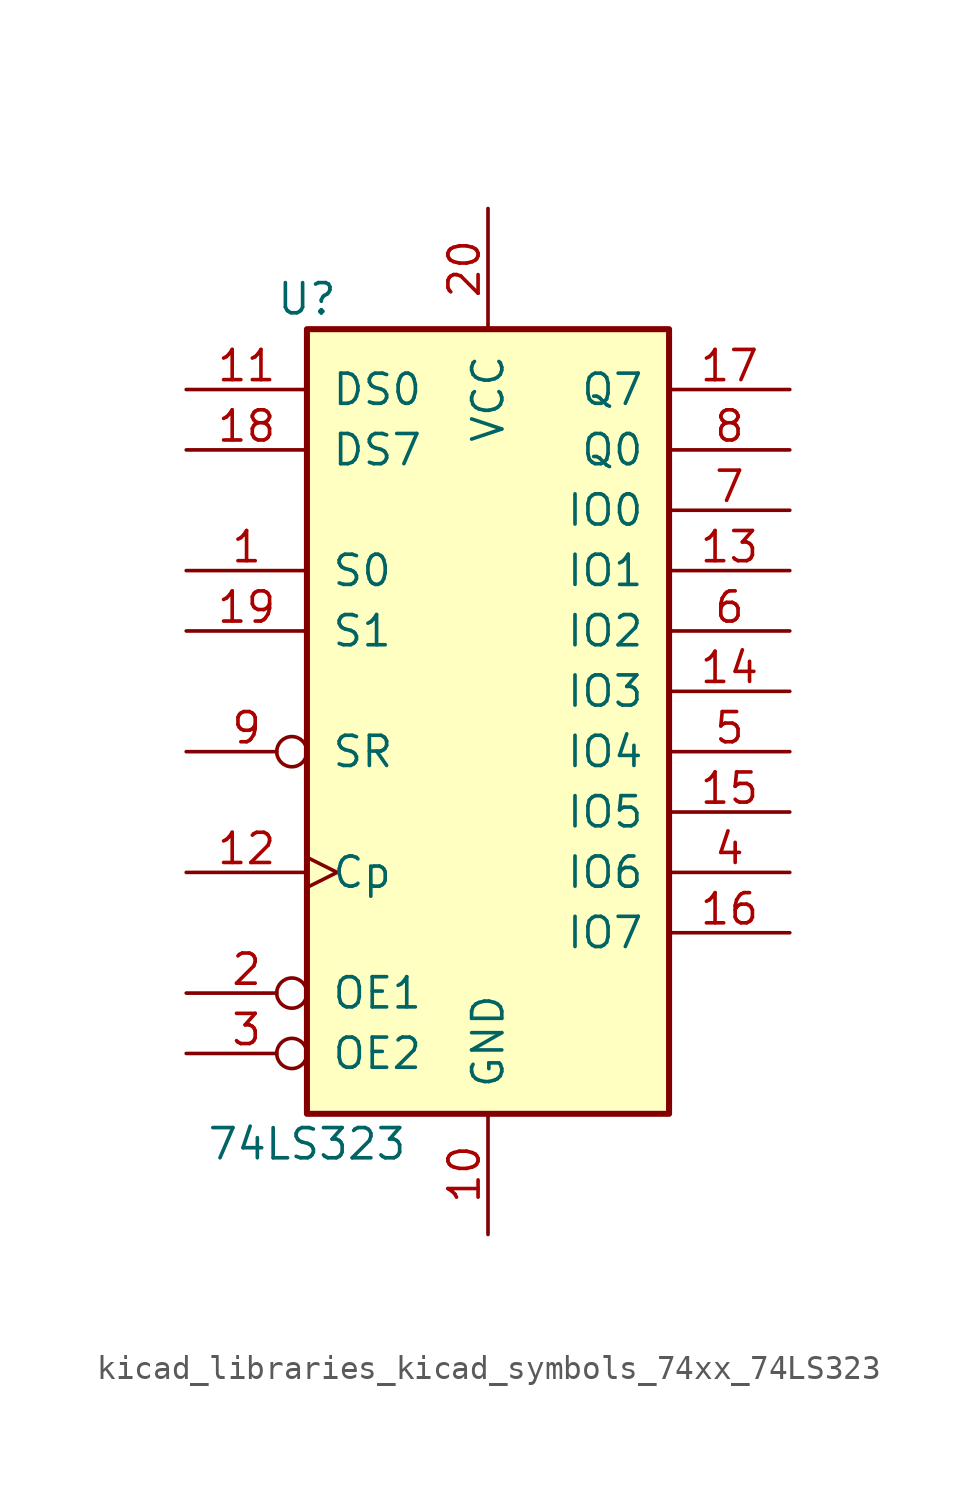
<source format=kicad_sym>
(kicad_symbol_lib
  (version 20220914)
  (generator kicad_symbol_editor)
  (symbol "kicad_libraries_kicad_symbols_74xx_74LS323"
    (pin_names
      (offset 1.016))
    (property "Reference" "U"
      (at -7.62 16.51 0)
      (effects (font (size 1.27 1.27))))
    (property "Value" "74LS323"
      (at -7.62 -19.05 0)
      (effects (font (size 1.27 1.27))))
    (property "ki_locked" ""
      (at 0 0 0)
      (effects (font (size 1.27 1.27))))
    (symbol "kicad_libraries_kicad_symbols_74xx_74LS323_1_0"
      (pin input line (at -12.7 5.08 0) (length 5.08) (name "S0" (effects (font (size 1.27 1.27)))) (number "1" (effects (font (size 1.27 1.27)))))
      (pin power_in line (at 0 -22.86 90) (length 5.08) (name "GND" (effects (font (size 1.27 1.27)))) (number "10" (effects (font (size 1.27 1.27)))))
      (pin input line (at -12.7 12.7 0) (length 5.08) (name "DS0" (effects (font (size 1.27 1.27)))) (number "11" (effects (font (size 1.27 1.27)))))
      (pin input clock (at -12.7 -7.62 0) (length 5.08) (name "Cp" (effects (font (size 1.27 1.27)))) (number "12" (effects (font (size 1.27 1.27)))))
      (pin tri_state line (at 12.7 5.08 180) (length 5.08) (name "IO1" (effects (font (size 1.27 1.27)))) (number "13" (effects (font (size 1.27 1.27)))))
      (pin tri_state line (at 12.7 0 180) (length 5.08) (name "IO3" (effects (font (size 1.27 1.27)))) (number "14" (effects (font (size 1.27 1.27)))))
      (pin tri_state line (at 12.7 -5.08 180) (length 5.08) (name "IO5" (effects (font (size 1.27 1.27)))) (number "15" (effects (font (size 1.27 1.27)))))
      (pin tri_state line (at 12.7 -10.16 180) (length 5.08) (name "IO7" (effects (font (size 1.27 1.27)))) (number "16" (effects (font (size 1.27 1.27)))))
      (pin output line (at 12.7 12.7 180) (length 5.08) (name "Q7" (effects (font (size 1.27 1.27)))) (number "17" (effects (font (size 1.27 1.27)))))
      (pin input line (at -12.7 10.16 0) (length 5.08) (name "DS7" (effects (font (size 1.27 1.27)))) (number "18" (effects (font (size 1.27 1.27)))))
      (pin input line (at -12.7 2.54 0) (length 5.08) (name "S1" (effects (font (size 1.27 1.27)))) (number "19" (effects (font (size 1.27 1.27)))))
      (pin input inverted (at -12.7 -12.7 0) (length 5.08) (name "OE1" (effects (font (size 1.27 1.27)))) (number "2" (effects (font (size 1.27 1.27)))))
      (pin power_in line (at 0 20.32 270) (length 5.08) (name "VCC" (effects (font (size 1.27 1.27)))) (number "20" (effects (font (size 1.27 1.27)))))
      (pin input inverted (at -12.7 -15.24 0) (length 5.08) (name "OE2" (effects (font (size 1.27 1.27)))) (number "3" (effects (font (size 1.27 1.27)))))
      (pin tri_state line (at 12.7 -7.62 180) (length 5.08) (name "IO6" (effects (font (size 1.27 1.27)))) (number "4" (effects (font (size 1.27 1.27)))))
      (pin tri_state line (at 12.7 -2.54 180) (length 5.08) (name "IO4" (effects (font (size 1.27 1.27)))) (number "5" (effects (font (size 1.27 1.27)))))
      (pin tri_state line (at 12.7 2.54 180) (length 5.08) (name "IO2" (effects (font (size 1.27 1.27)))) (number "6" (effects (font (size 1.27 1.27)))))
      (pin tri_state line (at 12.7 7.62 180) (length 5.08) (name "IO0" (effects (font (size 1.27 1.27)))) (number "7" (effects (font (size 1.27 1.27)))))
      (pin output line (at 12.7 10.16 180) (length 5.08) (name "Q0" (effects (font (size 1.27 1.27)))) (number "8" (effects (font (size 1.27 1.27)))))
      (pin input inverted (at -12.7 -2.54 0) (length 5.08) (name "SR" (effects (font (size 1.27 1.27)))) (number "9" (effects (font (size 1.27 1.27))))))
    (symbol "kicad_libraries_kicad_symbols_74xx_74LS323_1_1"
      (rectangle (start -7.62 15.24) (end 7.62 -17.78) (stroke (width 0.254) (type default)) (fill (type background))))))
</source>
